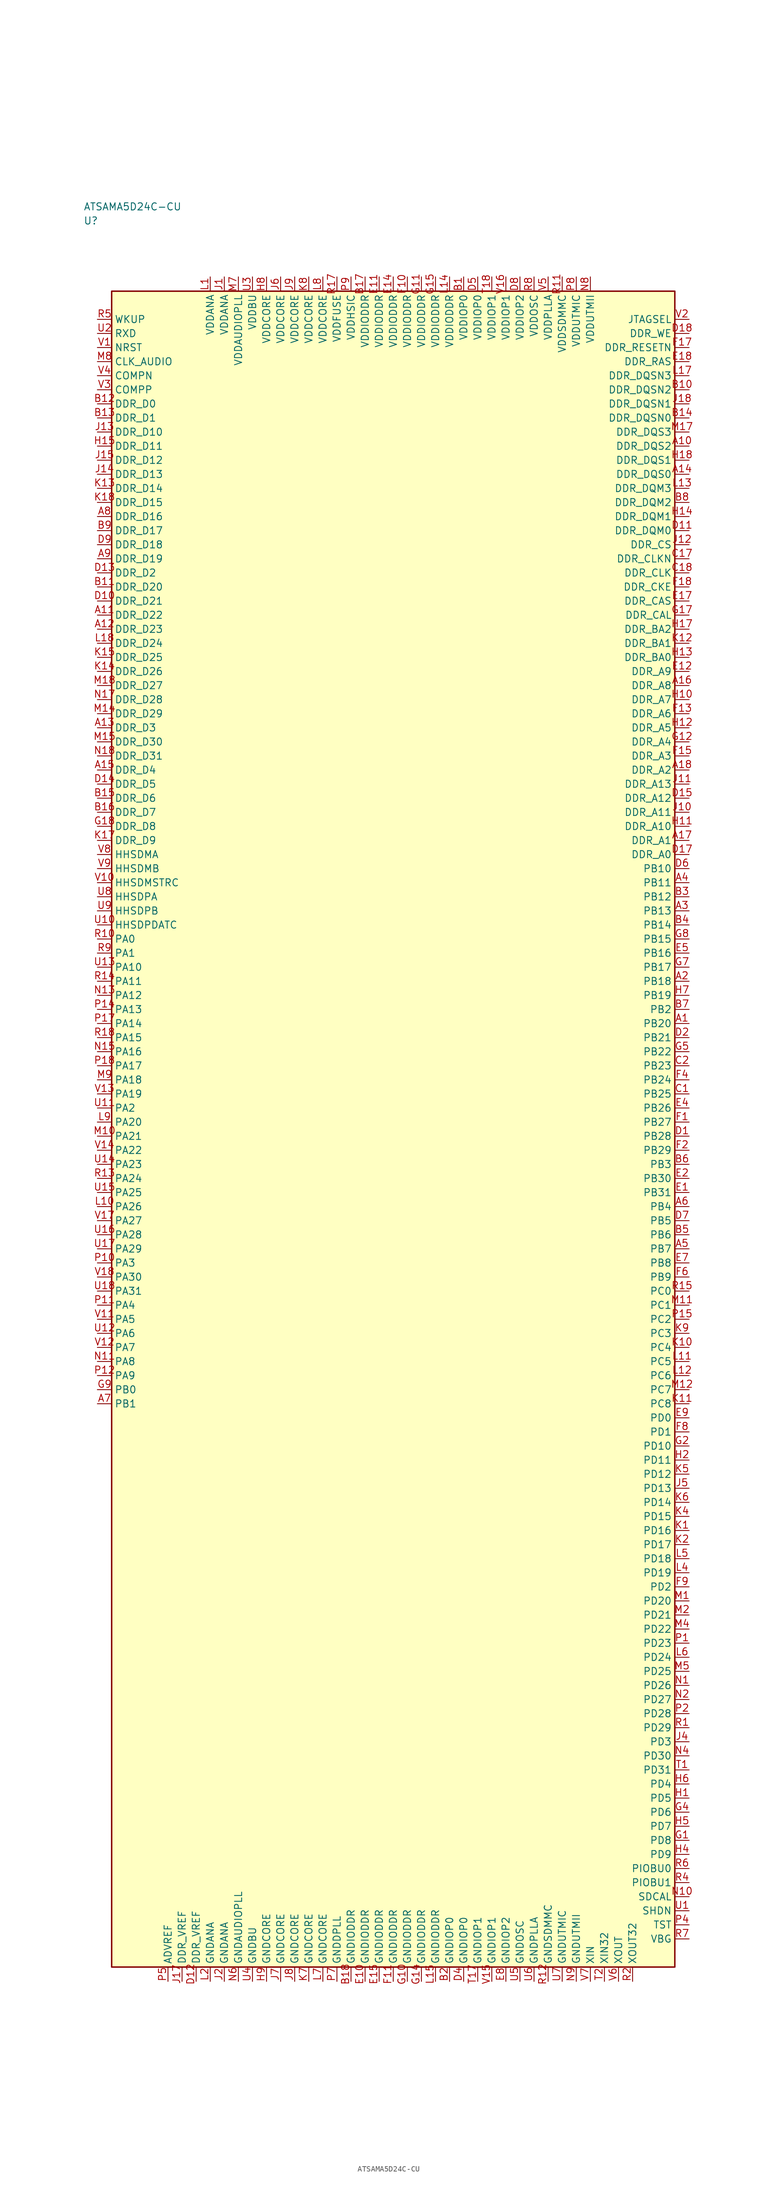
<source format=kicad_sym>
(kicad_symbol_lib
  (version 20241025)
  (generator "kicad_symbol_editor")
  (generator_version "8.0")
  (symbol "ATSAMA5D24C-CU"
    (property "Reference" "U"
      (at -55.0 161.25 0)
      (effects (font (size 1.27 1.27)) (justify left)))
    (property "Value" "ATSAMA5D24C-CU"
      (at -55.0 163.75 0)
      (effects (font (size 1.27 1.27)) (justify left)))
    (symbol "ATSAMA5D24C-CU_0_1"
      (rectangle (start -50.0 148.75) (end 50.0 -148.75) (stroke (width 0.254) (type default)) (fill (type background))))
    (symbol "ATSAMA5D24C-CU_1_1"
      (pin bidirectional line (at -52.54 33.75 0.0) (length 2.54) (name "PA0" (effects (font (size 1.27 1.27)))) (number "R10" (effects (font (size 1.27 1.27)))))
      (pin bidirectional line (at -52.54 31.25 0.0) (length 2.54) (name "PA1" (effects (font (size 1.27 1.27)))) (number "R9" (effects (font (size 1.27 1.27)))))
      (pin bidirectional line (at -52.54 3.75 0.0) (length 2.54) (name "PA2" (effects (font (size 1.27 1.27)))) (number "U11" (effects (font (size 1.27 1.27)))))
      (pin bidirectional line (at -52.54 -23.75 0.0) (length 2.54) (name "PA3" (effects (font (size 1.27 1.27)))) (number "P10" (effects (font (size 1.27 1.27)))))
      (pin bidirectional line (at -52.54 -31.25 0.0) (length 2.54) (name "PA4" (effects (font (size 1.27 1.27)))) (number "P11" (effects (font (size 1.27 1.27)))))
      (pin bidirectional line (at -52.54 -33.75 0.0) (length 2.54) (name "PA5" (effects (font (size 1.27 1.27)))) (number "V11" (effects (font (size 1.27 1.27)))))
      (pin bidirectional line (at -52.54 -36.25 0.0) (length 2.54) (name "PA6" (effects (font (size 1.27 1.27)))) (number "U12" (effects (font (size 1.27 1.27)))))
      (pin bidirectional line (at -52.54 -38.75 0.0) (length 2.54) (name "PA7" (effects (font (size 1.27 1.27)))) (number "V12" (effects (font (size 1.27 1.27)))))
      (pin bidirectional line (at -52.54 -41.25 0.0) (length 2.54) (name "PA8" (effects (font (size 1.27 1.27)))) (number "N11" (effects (font (size 1.27 1.27)))))
      (pin bidirectional line (at -52.54 -43.75 0.0) (length 2.54) (name "PA9" (effects (font (size 1.27 1.27)))) (number "P12" (effects (font (size 1.27 1.27)))))
      (pin bidirectional line (at -52.54 28.75 0.0) (length 2.54) (name "PA10" (effects (font (size 1.27 1.27)))) (number "U13" (effects (font (size 1.27 1.27)))))
      (pin bidirectional line (at -52.54 26.25 0.0) (length 2.54) (name "PA11" (effects (font (size 1.27 1.27)))) (number "R14" (effects (font (size 1.27 1.27)))))
      (pin bidirectional line (at -52.54 23.75 0.0) (length 2.54) (name "PA12" (effects (font (size 1.27 1.27)))) (number "N13" (effects (font (size 1.27 1.27)))))
      (pin bidirectional line (at -52.54 21.25 0.0) (length 2.54) (name "PA13" (effects (font (size 1.27 1.27)))) (number "P14" (effects (font (size 1.27 1.27)))))
      (pin bidirectional line (at -52.54 18.75 0.0) (length 2.54) (name "PA14" (effects (font (size 1.27 1.27)))) (number "P17" (effects (font (size 1.27 1.27)))))
      (pin bidirectional line (at -52.54 16.25 0.0) (length 2.54) (name "PA15" (effects (font (size 1.27 1.27)))) (number "R18" (effects (font (size 1.27 1.27)))))
      (pin bidirectional line (at -52.54 13.75 0.0) (length 2.54) (name "PA16" (effects (font (size 1.27 1.27)))) (number "N15" (effects (font (size 1.27 1.27)))))
      (pin bidirectional line (at -52.54 11.25 0.0) (length 2.54) (name "PA17" (effects (font (size 1.27 1.27)))) (number "P18" (effects (font (size 1.27 1.27)))))
      (pin bidirectional line (at -52.54 8.75 0.0) (length 2.54) (name "PA18" (effects (font (size 1.27 1.27)))) (number "M9" (effects (font (size 1.27 1.27)))))
      (pin bidirectional line (at -52.54 6.25 0.0) (length 2.54) (name "PA19" (effects (font (size 1.27 1.27)))) (number "V13" (effects (font (size 1.27 1.27)))))
      (pin bidirectional line (at -52.54 1.25 0.0) (length 2.54) (name "PA20" (effects (font (size 1.27 1.27)))) (number "L9" (effects (font (size 1.27 1.27)))))
      (pin bidirectional line (at -52.54 -1.25 0.0) (length 2.54) (name "PA21" (effects (font (size 1.27 1.27)))) (number "M10" (effects (font (size 1.27 1.27)))))
      (pin bidirectional line (at -52.54 -3.75 0.0) (length 2.54) (name "PA22" (effects (font (size 1.27 1.27)))) (number "V14" (effects (font (size 1.27 1.27)))))
      (pin bidirectional line (at -52.54 -6.25 0.0) (length 2.54) (name "PA23" (effects (font (size 1.27 1.27)))) (number "U14" (effects (font (size 1.27 1.27)))))
      (pin bidirectional line (at -52.54 -8.75 0.0) (length 2.54) (name "PA24" (effects (font (size 1.27 1.27)))) (number "R13" (effects (font (size 1.27 1.27)))))
      (pin bidirectional line (at -52.54 -11.25 0.0) (length 2.54) (name "PA25" (effects (font (size 1.27 1.27)))) (number "U15" (effects (font (size 1.27 1.27)))))
      (pin bidirectional line (at -52.54 -13.75 0.0) (length 2.54) (name "PA26" (effects (font (size 1.27 1.27)))) (number "L10" (effects (font (size 1.27 1.27)))))
      (pin bidirectional line (at -52.54 -16.25 0.0) (length 2.54) (name "PA27" (effects (font (size 1.27 1.27)))) (number "V17" (effects (font (size 1.27 1.27)))))
      (pin bidirectional line (at -52.54 -18.75 0.0) (length 2.54) (name "PA28" (effects (font (size 1.27 1.27)))) (number "U16" (effects (font (size 1.27 1.27)))))
      (pin bidirectional line (at -52.54 -21.25 0.0) (length 2.54) (name "PA29" (effects (font (size 1.27 1.27)))) (number "U17" (effects (font (size 1.27 1.27)))))
      (pin bidirectional line (at -52.54 -26.25 0.0) (length 2.54) (name "PA30" (effects (font (size 1.27 1.27)))) (number "V18" (effects (font (size 1.27 1.27)))))
      (pin bidirectional line (at -52.54 -28.75 0.0) (length 2.54) (name "PA31" (effects (font (size 1.27 1.27)))) (number "U18" (effects (font (size 1.27 1.27)))))
      (pin bidirectional line (at -52.54 -46.25 0.0) (length 2.54) (name "PB0" (effects (font (size 1.27 1.27)))) (number "G9" (effects (font (size 1.27 1.27)))))
      (pin bidirectional line (at -52.54 -48.75 0.0) (length 2.54) (name "PB1" (effects (font (size 1.27 1.27)))) (number "A7" (effects (font (size 1.27 1.27)))))
      (pin bidirectional line (at 52.54 21.25 180.0) (length 2.54) (name "PB2" (effects (font (size 1.27 1.27)))) (number "B7" (effects (font (size 1.27 1.27)))))
      (pin bidirectional line (at 52.54 -6.25 180.0) (length 2.54) (name "PB3" (effects (font (size 1.27 1.27)))) (number "B6" (effects (font (size 1.27 1.27)))))
      (pin bidirectional line (at 52.54 -13.75 180.0) (length 2.54) (name "PB4" (effects (font (size 1.27 1.27)))) (number "A6" (effects (font (size 1.27 1.27)))))
      (pin bidirectional line (at 52.54 -16.25 180.0) (length 2.54) (name "PB5" (effects (font (size 1.27 1.27)))) (number "D7" (effects (font (size 1.27 1.27)))))
      (pin bidirectional line (at 52.54 -18.75 180.0) (length 2.54) (name "PB6" (effects (font (size 1.27 1.27)))) (number "B5" (effects (font (size 1.27 1.27)))))
      (pin bidirectional line (at 52.54 -21.25 180.0) (length 2.54) (name "PB7" (effects (font (size 1.27 1.27)))) (number "A5" (effects (font (size 1.27 1.27)))))
      (pin bidirectional line (at 52.54 -23.75 180.0) (length 2.54) (name "PB8" (effects (font (size 1.27 1.27)))) (number "E7" (effects (font (size 1.27 1.27)))))
      (pin bidirectional line (at 52.54 -26.25 180.0) (length 2.54) (name "PB9" (effects (font (size 1.27 1.27)))) (number "F6" (effects (font (size 1.27 1.27)))))
      (pin bidirectional line (at 52.54 46.25 180.0) (length 2.54) (name "PB10" (effects (font (size 1.27 1.27)))) (number "D6" (effects (font (size 1.27 1.27)))))
      (pin bidirectional line (at 52.54 43.75 180.0) (length 2.54) (name "PB11" (effects (font (size 1.27 1.27)))) (number "A4" (effects (font (size 1.27 1.27)))))
      (pin bidirectional line (at 52.54 41.25 180.0) (length 2.54) (name "PB12" (effects (font (size 1.27 1.27)))) (number "B3" (effects (font (size 1.27 1.27)))))
      (pin bidirectional line (at 52.54 38.75 180.0) (length 2.54) (name "PB13" (effects (font (size 1.27 1.27)))) (number "A3" (effects (font (size 1.27 1.27)))))
      (pin bidirectional line (at 52.54 36.25 180.0) (length 2.54) (name "PB14" (effects (font (size 1.27 1.27)))) (number "B4" (effects (font (size 1.27 1.27)))))
      (pin bidirectional line (at 52.54 33.75 180.0) (length 2.54) (name "PB15" (effects (font (size 1.27 1.27)))) (number "G8" (effects (font (size 1.27 1.27)))))
      (pin bidirectional line (at 52.54 31.25 180.0) (length 2.54) (name "PB16" (effects (font (size 1.27 1.27)))) (number "E5" (effects (font (size 1.27 1.27)))))
      (pin bidirectional line (at 52.54 28.75 180.0) (length 2.54) (name "PB17" (effects (font (size 1.27 1.27)))) (number "G7" (effects (font (size 1.27 1.27)))))
      (pin bidirectional line (at 52.54 26.25 180.0) (length 2.54) (name "PB18" (effects (font (size 1.27 1.27)))) (number "A2" (effects (font (size 1.27 1.27)))))
      (pin bidirectional line (at 52.54 23.75 180.0) (length 2.54) (name "PB19" (effects (font (size 1.27 1.27)))) (number "H7" (effects (font (size 1.27 1.27)))))
      (pin bidirectional line (at 52.54 18.75 180.0) (length 2.54) (name "PB20" (effects (font (size 1.27 1.27)))) (number "A1" (effects (font (size 1.27 1.27)))))
      (pin bidirectional line (at 52.54 16.25 180.0) (length 2.54) (name "PB21" (effects (font (size 1.27 1.27)))) (number "D2" (effects (font (size 1.27 1.27)))))
      (pin bidirectional line (at 52.54 13.75 180.0) (length 2.54) (name "PB22" (effects (font (size 1.27 1.27)))) (number "G5" (effects (font (size 1.27 1.27)))))
      (pin bidirectional line (at 52.54 11.25 180.0) (length 2.54) (name "PB23" (effects (font (size 1.27 1.27)))) (number "C2" (effects (font (size 1.27 1.27)))))
      (pin bidirectional line (at 52.54 8.75 180.0) (length 2.54) (name "PB24" (effects (font (size 1.27 1.27)))) (number "F4" (effects (font (size 1.27 1.27)))))
      (pin bidirectional line (at 52.54 6.25 180.0) (length 2.54) (name "PB25" (effects (font (size 1.27 1.27)))) (number "C1" (effects (font (size 1.27 1.27)))))
      (pin bidirectional line (at 52.54 3.75 180.0) (length 2.54) (name "PB26" (effects (font (size 1.27 1.27)))) (number "E4" (effects (font (size 1.27 1.27)))))
      (pin bidirectional line (at 52.54 1.25 180.0) (length 2.54) (name "PB27" (effects (font (size 1.27 1.27)))) (number "F1" (effects (font (size 1.27 1.27)))))
      (pin bidirectional line (at 52.54 -1.25 180.0) (length 2.54) (name "PB28" (effects (font (size 1.27 1.27)))) (number "D1" (effects (font (size 1.27 1.27)))))
      (pin bidirectional line (at 52.54 -3.75 180.0) (length 2.54) (name "PB29" (effects (font (size 1.27 1.27)))) (number "F2" (effects (font (size 1.27 1.27)))))
      (pin bidirectional line (at 52.54 -8.75 180.0) (length 2.54) (name "PB30" (effects (font (size 1.27 1.27)))) (number "E2" (effects (font (size 1.27 1.27)))))
      (pin bidirectional line (at 52.54 -11.25 180.0) (length 2.54) (name "PB31" (effects (font (size 1.27 1.27)))) (number "E1" (effects (font (size 1.27 1.27)))))
      (pin bidirectional line (at 52.54 -28.75 180.0) (length 2.54) (name "PC0" (effects (font (size 1.27 1.27)))) (number "R15" (effects (font (size 1.27 1.27)))))
      (pin bidirectional line (at 52.54 -31.25 180.0) (length 2.54) (name "PC1" (effects (font (size 1.27 1.27)))) (number "M11" (effects (font (size 1.27 1.27)))))
      (pin bidirectional line (at 52.54 -33.75 180.0) (length 2.54) (name "PC2" (effects (font (size 1.27 1.27)))) (number "P15" (effects (font (size 1.27 1.27)))))
      (pin bidirectional line (at 52.54 -36.25 180.0) (length 2.54) (name "PC3" (effects (font (size 1.27 1.27)))) (number "K9" (effects (font (size 1.27 1.27)))))
      (pin bidirectional line (at 52.54 -38.75 180.0) (length 2.54) (name "PC4" (effects (font (size 1.27 1.27)))) (number "K10" (effects (font (size 1.27 1.27)))))
      (pin bidirectional line (at 52.54 -41.25 180.0) (length 2.54) (name "PC5" (effects (font (size 1.27 1.27)))) (number "L11" (effects (font (size 1.27 1.27)))))
      (pin bidirectional line (at 52.54 -43.75 180.0) (length 2.54) (name "PC6" (effects (font (size 1.27 1.27)))) (number "L12" (effects (font (size 1.27 1.27)))))
      (pin bidirectional line (at 52.54 -46.25 180.0) (length 2.54) (name "PC7" (effects (font (size 1.27 1.27)))) (number "M12" (effects (font (size 1.27 1.27)))))
      (pin bidirectional line (at 52.54 -48.75 180.0) (length 2.54) (name "PC8" (effects (font (size 1.27 1.27)))) (number "K11" (effects (font (size 1.27 1.27)))))
      (pin bidirectional line (at 52.54 -51.25 180.0) (length 2.54) (name "PD0" (effects (font (size 1.27 1.27)))) (number "E9" (effects (font (size 1.27 1.27)))))
      (pin bidirectional line (at 52.54 -53.75 180.0) (length 2.54) (name "PD1" (effects (font (size 1.27 1.27)))) (number "F8" (effects (font (size 1.27 1.27)))))
      (pin bidirectional line (at 52.54 -81.25 180.0) (length 2.54) (name "PD2" (effects (font (size 1.27 1.27)))) (number "F9" (effects (font (size 1.27 1.27)))))
      (pin bidirectional line (at 52.54 -108.75 180.0) (length 2.54) (name "PD3" (effects (font (size 1.27 1.27)))) (number "J4" (effects (font (size 1.27 1.27)))))
      (pin bidirectional line (at 52.54 -116.25 180.0) (length 2.54) (name "PD4" (effects (font (size 1.27 1.27)))) (number "H6" (effects (font (size 1.27 1.27)))))
      (pin bidirectional line (at 52.54 -118.75 180.0) (length 2.54) (name "PD5" (effects (font (size 1.27 1.27)))) (number "H1" (effects (font (size 1.27 1.27)))))
      (pin bidirectional line (at 52.54 -121.25 180.0) (length 2.54) (name "PD6" (effects (font (size 1.27 1.27)))) (number "G4" (effects (font (size 1.27 1.27)))))
      (pin bidirectional line (at 52.54 -123.75 180.0) (length 2.54) (name "PD7" (effects (font (size 1.27 1.27)))) (number "H5" (effects (font (size 1.27 1.27)))))
      (pin bidirectional line (at 52.54 -126.25 180.0) (length 2.54) (name "PD8" (effects (font (size 1.27 1.27)))) (number "G1" (effects (font (size 1.27 1.27)))))
      (pin bidirectional line (at 52.54 -128.75 180.0) (length 2.54) (name "PD9" (effects (font (size 1.27 1.27)))) (number "H4" (effects (font (size 1.27 1.27)))))
      (pin bidirectional line (at 52.54 -56.25 180.0) (length 2.54) (name "PD10" (effects (font (size 1.27 1.27)))) (number "G2" (effects (font (size 1.27 1.27)))))
      (pin bidirectional line (at 52.54 -58.75 180.0) (length 2.54) (name "PD11" (effects (font (size 1.27 1.27)))) (number "H2" (effects (font (size 1.27 1.27)))))
      (pin bidirectional line (at 52.54 -61.25 180.0) (length 2.54) (name "PD12" (effects (font (size 1.27 1.27)))) (number "K5" (effects (font (size 1.27 1.27)))))
      (pin bidirectional line (at 52.54 -63.75 180.0) (length 2.54) (name "PD13" (effects (font (size 1.27 1.27)))) (number "J5" (effects (font (size 1.27 1.27)))))
      (pin bidirectional line (at 52.54 -66.25 180.0) (length 2.54) (name "PD14" (effects (font (size 1.27 1.27)))) (number "K6" (effects (font (size 1.27 1.27)))))
      (pin bidirectional line (at 52.54 -68.75 180.0) (length 2.54) (name "PD15" (effects (font (size 1.27 1.27)))) (number "K4" (effects (font (size 1.27 1.27)))))
      (pin bidirectional line (at 52.54 -71.25 180.0) (length 2.54) (name "PD16" (effects (font (size 1.27 1.27)))) (number "K1" (effects (font (size 1.27 1.27)))))
      (pin bidirectional line (at 52.54 -73.75 180.0) (length 2.54) (name "PD17" (effects (font (size 1.27 1.27)))) (number "K2" (effects (font (size 1.27 1.27)))))
      (pin bidirectional line (at 52.54 -76.25 180.0) (length 2.54) (name "PD18" (effects (font (size 1.27 1.27)))) (number "L5" (effects (font (size 1.27 1.27)))))
      (pin bidirectional line (at 52.54 -78.75 180.0) (length 2.54) (name "PD19" (effects (font (size 1.27 1.27)))) (number "L4" (effects (font (size 1.27 1.27)))))
      (pin bidirectional line (at 52.54 -83.75 180.0) (length 2.54) (name "PD20" (effects (font (size 1.27 1.27)))) (number "M1" (effects (font (size 1.27 1.27)))))
      (pin bidirectional line (at 52.54 -86.25 180.0) (length 2.54) (name "PD21" (effects (font (size 1.27 1.27)))) (number "M2" (effects (font (size 1.27 1.27)))))
      (pin bidirectional line (at 52.54 -88.75 180.0) (length 2.54) (name "PD22" (effects (font (size 1.27 1.27)))) (number "M4" (effects (font (size 1.27 1.27)))))
      (pin bidirectional line (at 52.54 -91.25 180.0) (length 2.54) (name "PD23" (effects (font (size 1.27 1.27)))) (number "P1" (effects (font (size 1.27 1.27)))))
      (pin bidirectional line (at 52.54 -93.75 180.0) (length 2.54) (name "PD24" (effects (font (size 1.27 1.27)))) (number "L6" (effects (font (size 1.27 1.27)))))
      (pin bidirectional line (at 52.54 -96.25 180.0) (length 2.54) (name "PD25" (effects (font (size 1.27 1.27)))) (number "M5" (effects (font (size 1.27 1.27)))))
      (pin bidirectional line (at 52.54 -98.75 180.0) (length 2.54) (name "PD26" (effects (font (size 1.27 1.27)))) (number "N1" (effects (font (size 1.27 1.27)))))
      (pin bidirectional line (at 52.54 -101.25 180.0) (length 2.54) (name "PD27" (effects (font (size 1.27 1.27)))) (number "N2" (effects (font (size 1.27 1.27)))))
      (pin bidirectional line (at 52.54 -103.75 180.0) (length 2.54) (name "PD28" (effects (font (size 1.27 1.27)))) (number "P2" (effects (font (size 1.27 1.27)))))
      (pin bidirectional line (at 52.54 -106.25 180.0) (length 2.54) (name "PD29" (effects (font (size 1.27 1.27)))) (number "R1" (effects (font (size 1.27 1.27)))))
      (pin bidirectional line (at 52.54 -111.25 180.0) (length 2.54) (name "PD30" (effects (font (size 1.27 1.27)))) (number "N4" (effects (font (size 1.27 1.27)))))
      (pin bidirectional line (at 52.54 -113.75 180.0) (length 2.54) (name "PD31" (effects (font (size 1.27 1.27)))) (number "T1" (effects (font (size 1.27 1.27)))))
      (pin power_in line (at -32.5 151.29 270.0) (length 2.54) (name "VDDANA" (effects (font (size 1.27 1.27)))) (number "L1" (effects (font (size 1.27 1.27)))))
      (pin passive line (at -32.5 -151.29 90.0) (length 2.54) (name "GNDANA" (effects (font (size 1.27 1.27)))) (number "L2" (effects (font (size 1.27 1.27)))))
      (pin passive line (at -40.0 -151.29 90.0) (length 2.54) (name "ADVREF" (effects (font (size 1.27 1.27)))) (number "P5" (effects (font (size 1.27 1.27)))))
      (pin power_in line (at -30.0 151.29 270.0) (length 2.54) (name "VDDANA" (effects (font (size 1.27 1.27)))) (number "J1" (effects (font (size 1.27 1.27)))))
      (pin passive line (at -30.0 -151.29 90.0) (length 2.54) (name "GNDANA" (effects (font (size 1.27 1.27)))) (number "J2" (effects (font (size 1.27 1.27)))))
      (pin passive line (at -37.5 -151.29 90.0) (length 2.54) (name "DDR_VREF" (effects (font (size 1.27 1.27)))) (number "J17" (effects (font (size 1.27 1.27)))))
      (pin passive line (at -35.0 -151.29 90.0) (length 2.54) (name "DDR_VREF" (effects (font (size 1.27 1.27)))) (number "D12" (effects (font (size 1.27 1.27)))))
      (pin bidirectional line (at -52.54 128.75 0.0) (length 2.54) (name "DDR_D0" (effects (font (size 1.27 1.27)))) (number "B12" (effects (font (size 1.27 1.27)))))
      (pin bidirectional line (at -52.54 126.25 0.0) (length 2.54) (name "DDR_D1" (effects (font (size 1.27 1.27)))) (number "B13" (effects (font (size 1.27 1.27)))))
      (pin bidirectional line (at -52.54 98.75 0.0) (length 2.54) (name "DDR_D2" (effects (font (size 1.27 1.27)))) (number "D13" (effects (font (size 1.27 1.27)))))
      (pin bidirectional line (at -52.54 71.25 0.0) (length 2.54) (name "DDR_D3" (effects (font (size 1.27 1.27)))) (number "A13" (effects (font (size 1.27 1.27)))))
      (pin bidirectional line (at -52.54 63.75 0.0) (length 2.54) (name "DDR_D4" (effects (font (size 1.27 1.27)))) (number "A15" (effects (font (size 1.27 1.27)))))
      (pin bidirectional line (at -52.54 61.25 0.0) (length 2.54) (name "DDR_D5" (effects (font (size 1.27 1.27)))) (number "D14" (effects (font (size 1.27 1.27)))))
      (pin bidirectional line (at -52.54 58.75 0.0) (length 2.54) (name "DDR_D6" (effects (font (size 1.27 1.27)))) (number "B15" (effects (font (size 1.27 1.27)))))
      (pin bidirectional line (at -52.54 56.25 0.0) (length 2.54) (name "DDR_D7" (effects (font (size 1.27 1.27)))) (number "B16" (effects (font (size 1.27 1.27)))))
      (pin bidirectional line (at -52.54 53.75 0.0) (length 2.54) (name "DDR_D8" (effects (font (size 1.27 1.27)))) (number "G18" (effects (font (size 1.27 1.27)))))
      (pin bidirectional line (at -52.54 51.25 0.0) (length 2.54) (name "DDR_D9" (effects (font (size 1.27 1.27)))) (number "K17" (effects (font (size 1.27 1.27)))))
      (pin bidirectional line (at -52.54 123.75 0.0) (length 2.54) (name "DDR_D10" (effects (font (size 1.27 1.27)))) (number "J13" (effects (font (size 1.27 1.27)))))
      (pin bidirectional line (at -52.54 121.25 0.0) (length 2.54) (name "DDR_D11" (effects (font (size 1.27 1.27)))) (number "H15" (effects (font (size 1.27 1.27)))))
      (pin bidirectional line (at -52.54 118.75 0.0) (length 2.54) (name "DDR_D12" (effects (font (size 1.27 1.27)))) (number "J15" (effects (font (size 1.27 1.27)))))
      (pin bidirectional line (at -52.54 116.25 0.0) (length 2.54) (name "DDR_D13" (effects (font (size 1.27 1.27)))) (number "J14" (effects (font (size 1.27 1.27)))))
      (pin bidirectional line (at -52.54 113.75 0.0) (length 2.54) (name "DDR_D14" (effects (font (size 1.27 1.27)))) (number "K13" (effects (font (size 1.27 1.27)))))
      (pin bidirectional line (at -52.54 111.25 0.0) (length 2.54) (name "DDR_D15" (effects (font (size 1.27 1.27)))) (number "K18" (effects (font (size 1.27 1.27)))))
      (pin bidirectional line (at -52.54 108.75 0.0) (length 2.54) (name "DDR_D16" (effects (font (size 1.27 1.27)))) (number "A8" (effects (font (size 1.27 1.27)))))
      (pin bidirectional line (at -52.54 106.25 0.0) (length 2.54) (name "DDR_D17" (effects (font (size 1.27 1.27)))) (number "B9" (effects (font (size 1.27 1.27)))))
      (pin bidirectional line (at -52.54 103.75 0.0) (length 2.54) (name "DDR_D18" (effects (font (size 1.27 1.27)))) (number "D9" (effects (font (size 1.27 1.27)))))
      (pin bidirectional line (at -52.54 101.25 0.0) (length 2.54) (name "DDR_D19" (effects (font (size 1.27 1.27)))) (number "A9" (effects (font (size 1.27 1.27)))))
      (pin bidirectional line (at -52.54 96.25 0.0) (length 2.54) (name "DDR_D20" (effects (font (size 1.27 1.27)))) (number "B11" (effects (font (size 1.27 1.27)))))
      (pin bidirectional line (at -52.54 93.75 0.0) (length 2.54) (name "DDR_D21" (effects (font (size 1.27 1.27)))) (number "D10" (effects (font (size 1.27 1.27)))))
      (pin bidirectional line (at -52.54 91.25 0.0) (length 2.54) (name "DDR_D22" (effects (font (size 1.27 1.27)))) (number "A11" (effects (font (size 1.27 1.27)))))
      (pin bidirectional line (at -52.54 88.75 0.0) (length 2.54) (name "DDR_D23" (effects (font (size 1.27 1.27)))) (number "A12" (effects (font (size 1.27 1.27)))))
      (pin bidirectional line (at -52.54 86.25 0.0) (length 2.54) (name "DDR_D24" (effects (font (size 1.27 1.27)))) (number "L18" (effects (font (size 1.27 1.27)))))
      (pin bidirectional line (at -52.54 83.75 0.0) (length 2.54) (name "DDR_D25" (effects (font (size 1.27 1.27)))) (number "K15" (effects (font (size 1.27 1.27)))))
      (pin bidirectional line (at -52.54 81.25 0.0) (length 2.54) (name "DDR_D26" (effects (font (size 1.27 1.27)))) (number "K14" (effects (font (size 1.27 1.27)))))
      (pin bidirectional line (at -52.54 78.75 0.0) (length 2.54) (name "DDR_D27" (effects (font (size 1.27 1.27)))) (number "M18" (effects (font (size 1.27 1.27)))))
      (pin bidirectional line (at -52.54 76.25 0.0) (length 2.54) (name "DDR_D28" (effects (font (size 1.27 1.27)))) (number "N17" (effects (font (size 1.27 1.27)))))
      (pin bidirectional line (at -52.54 73.75 0.0) (length 2.54) (name "DDR_D29" (effects (font (size 1.27 1.27)))) (number "M14" (effects (font (size 1.27 1.27)))))
      (pin bidirectional line (at -52.54 68.75 0.0) (length 2.54) (name "DDR_D30" (effects (font (size 1.27 1.27)))) (number "M15" (effects (font (size 1.27 1.27)))))
      (pin bidirectional line (at -52.54 66.25 0.0) (length 2.54) (name "DDR_D31" (effects (font (size 1.27 1.27)))) (number "N18" (effects (font (size 1.27 1.27)))))
      (pin output line (at 52.54 48.75 180.0) (length 2.54) (name "DDR_A0" (effects (font (size 1.27 1.27)))) (number "D17" (effects (font (size 1.27 1.27)))))
      (pin output line (at 52.54 51.25 180.0) (length 2.54) (name "DDR_A1" (effects (font (size 1.27 1.27)))) (number "A17" (effects (font (size 1.27 1.27)))))
      (pin output line (at 52.54 63.75 180.0) (length 2.54) (name "DDR_A2" (effects (font (size 1.27 1.27)))) (number "A18" (effects (font (size 1.27 1.27)))))
      (pin output line (at 52.54 66.25 180.0) (length 2.54) (name "DDR_A3" (effects (font (size 1.27 1.27)))) (number "F15" (effects (font (size 1.27 1.27)))))
      (pin output line (at 52.54 68.75 180.0) (length 2.54) (name "DDR_A4" (effects (font (size 1.27 1.27)))) (number "G12" (effects (font (size 1.27 1.27)))))
      (pin output line (at 52.54 71.25 180.0) (length 2.54) (name "DDR_A5" (effects (font (size 1.27 1.27)))) (number "H12" (effects (font (size 1.27 1.27)))))
      (pin output line (at 52.54 73.75 180.0) (length 2.54) (name "DDR_A6" (effects (font (size 1.27 1.27)))) (number "F13" (effects (font (size 1.27 1.27)))))
      (pin output line (at 52.54 76.25 180.0) (length 2.54) (name "DDR_A7" (effects (font (size 1.27 1.27)))) (number "H10" (effects (font (size 1.27 1.27)))))
      (pin output line (at 52.54 78.75 180.0) (length 2.54) (name "DDR_A8" (effects (font (size 1.27 1.27)))) (number "A16" (effects (font (size 1.27 1.27)))))
      (pin output line (at 52.54 81.25 180.0) (length 2.54) (name "DDR_A9" (effects (font (size 1.27 1.27)))) (number "E12" (effects (font (size 1.27 1.27)))))
      (pin output line (at 52.54 53.75 180.0) (length 2.54) (name "DDR_A10" (effects (font (size 1.27 1.27)))) (number "H11" (effects (font (size 1.27 1.27)))))
      (pin output line (at 52.54 56.25 180.0) (length 2.54) (name "DDR_A11" (effects (font (size 1.27 1.27)))) (number "J10" (effects (font (size 1.27 1.27)))))
      (pin output line (at 52.54 58.75 180.0) (length 2.54) (name "DDR_A12" (effects (font (size 1.27 1.27)))) (number "D15" (effects (font (size 1.27 1.27)))))
      (pin output line (at 52.54 61.25 180.0) (length 2.54) (name "DDR_A13" (effects (font (size 1.27 1.27)))) (number "J11" (effects (font (size 1.27 1.27)))))
      (pin output line (at 52.54 98.75 180.0) (length 2.54) (name "DDR_CLK" (effects (font (size 1.27 1.27)))) (number "C18" (effects (font (size 1.27 1.27)))))
      (pin output line (at 52.54 101.25 180.0) (length 2.54) (name "DDR_CLKN" (effects (font (size 1.27 1.27)))) (number "C17" (effects (font (size 1.27 1.27)))))
      (pin output line (at 52.54 96.25 180.0) (length 2.54) (name "DDR_CKE" (effects (font (size 1.27 1.27)))) (number "F18" (effects (font (size 1.27 1.27)))))
      (pin output line (at 52.54 138.75 180.0) (length 2.54) (name "DDR_RESETN" (effects (font (size 1.27 1.27)))) (number "F17" (effects (font (size 1.27 1.27)))))
      (pin output line (at 52.54 103.75 180.0) (length 2.54) (name "DDR_CS" (effects (font (size 1.27 1.27)))) (number "J12" (effects (font (size 1.27 1.27)))))
      (pin output line (at 52.54 141.25 180.0) (length 2.54) (name "DDR_WE" (effects (font (size 1.27 1.27)))) (number "D18" (effects (font (size 1.27 1.27)))))
      (pin output line (at 52.54 136.25 180.0) (length 2.54) (name "DDR_RAS" (effects (font (size 1.27 1.27)))) (number "E18" (effects (font (size 1.27 1.27)))))
      (pin output line (at 52.54 93.75 180.0) (length 2.54) (name "DDR_CAS" (effects (font (size 1.27 1.27)))) (number "E17" (effects (font (size 1.27 1.27)))))
      (pin output line (at 52.54 106.25 180.0) (length 2.54) (name "DDR_DQM0" (effects (font (size 1.27 1.27)))) (number "D11" (effects (font (size 1.27 1.27)))))
      (pin output line (at 52.54 108.75 180.0) (length 2.54) (name "DDR_DQM1" (effects (font (size 1.27 1.27)))) (number "H14" (effects (font (size 1.27 1.27)))))
      (pin output line (at 52.54 111.25 180.0) (length 2.54) (name "DDR_DQM2" (effects (font (size 1.27 1.27)))) (number "B8" (effects (font (size 1.27 1.27)))))
      (pin output line (at 52.54 113.75 180.0) (length 2.54) (name "DDR_DQM3" (effects (font (size 1.27 1.27)))) (number "L13" (effects (font (size 1.27 1.27)))))
      (pin output line (at 52.54 116.25 180.0) (length 2.54) (name "DDR_DQS0" (effects (font (size 1.27 1.27)))) (number "A14" (effects (font (size 1.27 1.27)))))
      (pin output line (at 52.54 118.75 180.0) (length 2.54) (name "DDR_DQS1" (effects (font (size 1.27 1.27)))) (number "H18" (effects (font (size 1.27 1.27)))))
      (pin output line (at 52.54 121.25 180.0) (length 2.54) (name "DDR_DQS2" (effects (font (size 1.27 1.27)))) (number "A10" (effects (font (size 1.27 1.27)))))
      (pin output line (at 52.54 123.75 180.0) (length 2.54) (name "DDR_DQS3" (effects (font (size 1.27 1.27)))) (number "M17" (effects (font (size 1.27 1.27)))))
      (pin output line (at 52.54 126.25 180.0) (length 2.54) (name "DDR_DQSN0" (effects (font (size 1.27 1.27)))) (number "B14" (effects (font (size 1.27 1.27)))))
      (pin output line (at 52.54 128.75 180.0) (length 2.54) (name "DDR_DQSN1" (effects (font (size 1.27 1.27)))) (number "J18" (effects (font (size 1.27 1.27)))))
      (pin output line (at 52.54 131.25 180.0) (length 2.54) (name "DDR_DQSN2" (effects (font (size 1.27 1.27)))) (number "B10" (effects (font (size 1.27 1.27)))))
      (pin output line (at 52.54 133.75 180.0) (length 2.54) (name "DDR_DQSN3" (effects (font (size 1.27 1.27)))) (number "L17" (effects (font (size 1.27 1.27)))))
      (pin output line (at 52.54 83.75 180.0) (length 2.54) (name "DDR_BA0" (effects (font (size 1.27 1.27)))) (number "H13" (effects (font (size 1.27 1.27)))))
      (pin output line (at 52.54 86.25 180.0) (length 2.54) (name "DDR_BA1" (effects (font (size 1.27 1.27)))) (number "K12" (effects (font (size 1.27 1.27)))))
      (pin output line (at 52.54 88.75 180.0) (length 2.54) (name "DDR_BA2" (effects (font (size 1.27 1.27)))) (number "H17" (effects (font (size 1.27 1.27)))))
      (pin output line (at 52.54 91.25 180.0) (length 2.54) (name "DDR_CAL" (effects (font (size 1.27 1.27)))) (number "G17" (effects (font (size 1.27 1.27)))))
      (pin power_in line (at -5.0 151.29 270.0) (length 2.54) (name "VDDIODDR" (effects (font (size 1.27 1.27)))) (number "B17" (effects (font (size 1.27 1.27)))))
      (pin power_in line (at -2.5 151.29 270.0) (length 2.54) (name "VDDIODDR" (effects (font (size 1.27 1.27)))) (number "E11" (effects (font (size 1.27 1.27)))))
      (pin power_in line (at 0.0 151.29 270.0) (length 2.54) (name "VDDIODDR" (effects (font (size 1.27 1.27)))) (number "E14" (effects (font (size 1.27 1.27)))))
      (pin power_in line (at 2.5 151.29 270.0) (length 2.54) (name "VDDIODDR" (effects (font (size 1.27 1.27)))) (number "F10" (effects (font (size 1.27 1.27)))))
      (pin power_in line (at 5.0 151.29 270.0) (length 2.54) (name "VDDIODDR" (effects (font (size 1.27 1.27)))) (number "G11" (effects (font (size 1.27 1.27)))))
      (pin power_in line (at 7.5 151.29 270.0) (length 2.54) (name "VDDIODDR" (effects (font (size 1.27 1.27)))) (number "G15" (effects (font (size 1.27 1.27)))))
      (pin power_in line (at 10.0 151.29 270.0) (length 2.54) (name "VDDIODDR" (effects (font (size 1.27 1.27)))) (number "L14" (effects (font (size 1.27 1.27)))))
      (pin passive line (at -7.5 -151.29 90.0) (length 2.54) (name "GNDIODDR" (effects (font (size 1.27 1.27)))) (number "B18" (effects (font (size 1.27 1.27)))))
      (pin passive line (at -5.0 -151.29 90.0) (length 2.54) (name "GNDIODDR" (effects (font (size 1.27 1.27)))) (number "E10" (effects (font (size 1.27 1.27)))))
      (pin passive line (at -2.5 -151.29 90.0) (length 2.54) (name "GNDIODDR" (effects (font (size 1.27 1.27)))) (number "E15" (effects (font (size 1.27 1.27)))))
      (pin passive line (at 0.0 -151.29 90.0) (length 2.54) (name "GNDIODDR" (effects (font (size 1.27 1.27)))) (number "F11" (effects (font (size 1.27 1.27)))))
      (pin passive line (at 2.5 -151.29 90.0) (length 2.54) (name "GNDIODDR" (effects (font (size 1.27 1.27)))) (number "G10" (effects (font (size 1.27 1.27)))))
      (pin passive line (at 5.0 -151.29 90.0) (length 2.54) (name "GNDIODDR" (effects (font (size 1.27 1.27)))) (number "G14" (effects (font (size 1.27 1.27)))))
      (pin passive line (at 7.5 -151.29 90.0) (length 2.54) (name "GNDIODDR" (effects (font (size 1.27 1.27)))) (number "L15" (effects (font (size 1.27 1.27)))))
      (pin power_in line (at -22.5 151.29 270.0) (length 2.54) (name "VDDCORE" (effects (font (size 1.27 1.27)))) (number "H8" (effects (font (size 1.27 1.27)))))
      (pin power_in line (at -20.0 151.29 270.0) (length 2.54) (name "VDDCORE" (effects (font (size 1.27 1.27)))) (number "J6" (effects (font (size 1.27 1.27)))))
      (pin power_in line (at -17.5 151.29 270.0) (length 2.54) (name "VDDCORE" (effects (font (size 1.27 1.27)))) (number "J9" (effects (font (size 1.27 1.27)))))
      (pin power_in line (at -15.0 151.29 270.0) (length 2.54) (name "VDDCORE" (effects (font (size 1.27 1.27)))) (number "K8" (effects (font (size 1.27 1.27)))))
      (pin power_in line (at -12.5 151.29 270.0) (length 2.54) (name "VDDCORE" (effects (font (size 1.27 1.27)))) (number "L8" (effects (font (size 1.27 1.27)))))
      (pin passive line (at -22.5 -151.29 90.0) (length 2.54) (name "GNDCORE" (effects (font (size 1.27 1.27)))) (number "H9" (effects (font (size 1.27 1.27)))))
      (pin passive line (at -20.0 -151.29 90.0) (length 2.54) (name "GNDCORE" (effects (font (size 1.27 1.27)))) (number "J7" (effects (font (size 1.27 1.27)))))
      (pin passive line (at -17.5 -151.29 90.0) (length 2.54) (name "GNDCORE" (effects (font (size 1.27 1.27)))) (number "J8" (effects (font (size 1.27 1.27)))))
      (pin passive line (at -15.0 -151.29 90.0) (length 2.54) (name "GNDCORE" (effects (font (size 1.27 1.27)))) (number "K7" (effects (font (size 1.27 1.27)))))
      (pin passive line (at -12.5 -151.29 90.0) (length 2.54) (name "GNDCORE" (effects (font (size 1.27 1.27)))) (number "L7" (effects (font (size 1.27 1.27)))))
      (pin power_in line (at 12.5 151.29 270.0) (length 2.54) (name "VDDIOP0" (effects (font (size 1.27 1.27)))) (number "B1" (effects (font (size 1.27 1.27)))))
      (pin power_in line (at 15.0 151.29 270.0) (length 2.54) (name "VDDIOP0" (effects (font (size 1.27 1.27)))) (number "D5" (effects (font (size 1.27 1.27)))))
      (pin passive line (at 10.0 -151.29 90.0) (length 2.54) (name "GNDIOP0" (effects (font (size 1.27 1.27)))) (number "B2" (effects (font (size 1.27 1.27)))))
      (pin passive line (at 12.5 -151.29 90.0) (length 2.54) (name "GNDIOP0" (effects (font (size 1.27 1.27)))) (number "D4" (effects (font (size 1.27 1.27)))))
      (pin power_in line (at 17.5 151.29 270.0) (length 2.54) (name "VDDIOP1" (effects (font (size 1.27 1.27)))) (number "T18" (effects (font (size 1.27 1.27)))))
      (pin power_in line (at 20.0 151.29 270.0) (length 2.54) (name "VDDIOP1" (effects (font (size 1.27 1.27)))) (number "V16" (effects (font (size 1.27 1.27)))))
      (pin passive line (at 15.0 -151.29 90.0) (length 2.54) (name "GNDIOP1" (effects (font (size 1.27 1.27)))) (number "T17" (effects (font (size 1.27 1.27)))))
      (pin passive line (at 17.5 -151.29 90.0) (length 2.54) (name "GNDIOP1" (effects (font (size 1.27 1.27)))) (number "V15" (effects (font (size 1.27 1.27)))))
      (pin power_in line (at 22.5 151.29 270.0) (length 2.54) (name "VDDIOP2" (effects (font (size 1.27 1.27)))) (number "D8" (effects (font (size 1.27 1.27)))))
      (pin passive line (at 20.0 -151.29 90.0) (length 2.54) (name "GNDIOP2" (effects (font (size 1.27 1.27)))) (number "E8" (effects (font (size 1.27 1.27)))))
      (pin power_in line (at 30.0 151.29 270.0) (length 2.54) (name "VDDSDMMC" (effects (font (size 1.27 1.27)))) (number "R11" (effects (font (size 1.27 1.27)))))
      (pin passive line (at 27.5 -151.29 90.0) (length 2.54) (name "GNDSDMMC" (effects (font (size 1.27 1.27)))) (number "R12" (effects (font (size 1.27 1.27)))))
      (pin power_in line (at -10.0 151.29 270.0) (length 2.54) (name "VDDFUSE" (effects (font (size 1.27 1.27)))) (number "R17" (effects (font (size 1.27 1.27)))))
      (pin power_in line (at 27.5 151.29 270.0) (length 2.54) (name "VDDPLLA" (effects (font (size 1.27 1.27)))) (number "V5" (effects (font (size 1.27 1.27)))))
      (pin passive line (at 25.0 -151.29 90.0) (length 2.54) (name "GNDPLLA" (effects (font (size 1.27 1.27)))) (number "U6" (effects (font (size 1.27 1.27)))))
      (pin power_in line (at -27.5 151.29 270.0) (length 2.54) (name "VDDAUDIOPLL" (effects (font (size 1.27 1.27)))) (number "M7" (effects (font (size 1.27 1.27)))))
      (pin passive line (at -10.0 -151.29 90.0) (length 2.54) (name "GNDDPLL" (effects (font (size 1.27 1.27)))) (number "P7" (effects (font (size 1.27 1.27)))))
      (pin passive line (at -27.5 -151.29 90.0) (length 2.54) (name "GNDAUDIOPLL" (effects (font (size 1.27 1.27)))) (number "N6" (effects (font (size 1.27 1.27)))))
      (pin bidirectional line (at -52.54 136.25 0.0) (length 2.54) (name "CLK_AUDIO" (effects (font (size 1.27 1.27)))) (number "M8" (effects (font (size 1.27 1.27)))))
      (pin passive line (at 35.0 -151.29 90.0) (length 2.54) (name "XIN" (effects (font (size 1.27 1.27)))) (number "V7" (effects (font (size 1.27 1.27)))))
      (pin passive line (at 40.0 -151.29 90.0) (length 2.54) (name "XOUT" (effects (font (size 1.27 1.27)))) (number "V6" (effects (font (size 1.27 1.27)))))
      (pin power_in line (at 25.0 151.29 270.0) (length 2.54) (name "VDDOSC" (effects (font (size 1.27 1.27)))) (number "R8" (effects (font (size 1.27 1.27)))))
      (pin passive line (at 22.5 -151.29 90.0) (length 2.54) (name "GNDOSC" (effects (font (size 1.27 1.27)))) (number "U5" (effects (font (size 1.27 1.27)))))
      (pin power_in line (at 35.0 151.29 270.0) (length 2.54) (name "VDDUTMII" (effects (font (size 1.27 1.27)))) (number "N8" (effects (font (size 1.27 1.27)))))
      (pin power_in line (at -7.5 151.29 270.0) (length 2.54) (name "VDDHSIC" (effects (font (size 1.27 1.27)))) (number "P9" (effects (font (size 1.27 1.27)))))
      (pin passive line (at 32.5 -151.29 90.0) (length 2.54) (name "GNDUTMII" (effects (font (size 1.27 1.27)))) (number "N9" (effects (font (size 1.27 1.27)))))
      (pin bidirectional line (at -52.54 41.25 0.0) (length 2.54) (name "HHSDPA" (effects (font (size 1.27 1.27)))) (number "U8" (effects (font (size 1.27 1.27)))))
      (pin bidirectional line (at -52.54 48.75 0.0) (length 2.54) (name "HHSDMA" (effects (font (size 1.27 1.27)))) (number "V8" (effects (font (size 1.27 1.27)))))
      (pin bidirectional line (at -52.54 38.75 0.0) (length 2.54) (name "HHSDPB" (effects (font (size 1.27 1.27)))) (number "U9" (effects (font (size 1.27 1.27)))))
      (pin bidirectional line (at -52.54 46.25 0.0) (length 2.54) (name "HHSDMB" (effects (font (size 1.27 1.27)))) (number "V9" (effects (font (size 1.27 1.27)))))
      (pin bidirectional line (at -52.54 36.25 0.0) (length 2.54) (name "HHSDPDATC" (effects (font (size 1.27 1.27)))) (number "U10" (effects (font (size 1.27 1.27)))))
      (pin bidirectional line (at -52.54 43.75 0.0) (length 2.54) (name "HHSDMSTRC" (effects (font (size 1.27 1.27)))) (number "V10" (effects (font (size 1.27 1.27)))))
      (pin power_in line (at 32.5 151.29 270.0) (length 2.54) (name "VDDUTMIC" (effects (font (size 1.27 1.27)))) (number "P8" (effects (font (size 1.27 1.27)))))
      (pin passive line (at 30.0 -151.29 90.0) (length 2.54) (name "GNDUTMIC" (effects (font (size 1.27 1.27)))) (number "U7" (effects (font (size 1.27 1.27)))))
      (pin bidirectional line (at 52.54 -136.25 180.0) (length 2.54) (name "SDCAL" (effects (font (size 1.27 1.27)))) (number "N10" (effects (font (size 1.27 1.27)))))
      (pin bidirectional line (at 52.54 -143.75 180.0) (length 2.54) (name "VBG" (effects (font (size 1.27 1.27)))) (number "R7" (effects (font (size 1.27 1.27)))))
      (pin bidirectional line (at 52.54 -141.25 180.0) (length 2.54) (name "TST" (effects (font (size 1.27 1.27)))) (number "P4" (effects (font (size 1.27 1.27)))))
      (pin input line (at -52.54 138.75 0.0) (length 2.54) (name "NRST" (effects (font (size 1.27 1.27)))) (number "V1" (effects (font (size 1.27 1.27)))))
      (pin output line (at 52.54 143.75 180.0) (length 2.54) (name "JTAGSEL" (effects (font (size 1.27 1.27)))) (number "V2" (effects (font (size 1.27 1.27)))))
      (pin input line (at -52.54 143.75 0.0) (length 2.54) (name "WKUP" (effects (font (size 1.27 1.27)))) (number "R5" (effects (font (size 1.27 1.27)))))
      (pin input line (at -52.54 141.25 0.0) (length 2.54) (name "RXD" (effects (font (size 1.27 1.27)))) (number "U2" (effects (font (size 1.27 1.27)))))
      (pin bidirectional line (at 52.54 -138.75 180.0) (length 2.54) (name "SHDN" (effects (font (size 1.27 1.27)))) (number "U1" (effects (font (size 1.27 1.27)))))
      (pin bidirectional line (at 52.54 -131.25 180.0) (length 2.54) (name "PIOBU0" (effects (font (size 1.27 1.27)))) (number "R6" (effects (font (size 1.27 1.27)))))
      (pin bidirectional line (at 52.54 -133.75 180.0) (length 2.54) (name "PIOBU1" (effects (font (size 1.27 1.27)))) (number "R4" (effects (font (size 1.27 1.27)))))
      (pin power_in line (at -25.0 151.29 270.0) (length 2.54) (name "VDDBU" (effects (font (size 1.27 1.27)))) (number "U3" (effects (font (size 1.27 1.27)))))
      (pin passive line (at -25.0 -151.29 90.0) (length 2.54) (name "GNDBU" (effects (font (size 1.27 1.27)))) (number "U4" (effects (font (size 1.27 1.27)))))
      (pin passive line (at 37.5 -151.29 90.0) (length 2.54) (name "XIN32" (effects (font (size 1.27 1.27)))) (number "T2" (effects (font (size 1.27 1.27)))))
      (pin passive line (at 42.5 -151.29 90.0) (length 2.54) (name "XOUT32" (effects (font (size 1.27 1.27)))) (number "R2" (effects (font (size 1.27 1.27)))))
      (pin bidirectional line (at -52.54 131.25 0.0) (length 2.54) (name "COMPP" (effects (font (size 1.27 1.27)))) (number "V3" (effects (font (size 1.27 1.27)))))
      (pin bidirectional line (at -52.54 133.75 0.0) (length 2.54) (name "COMPN" (effects (font (size 1.27 1.27)))) (number "V4" (effects (font (size 1.27 1.27))))))))
</source>
